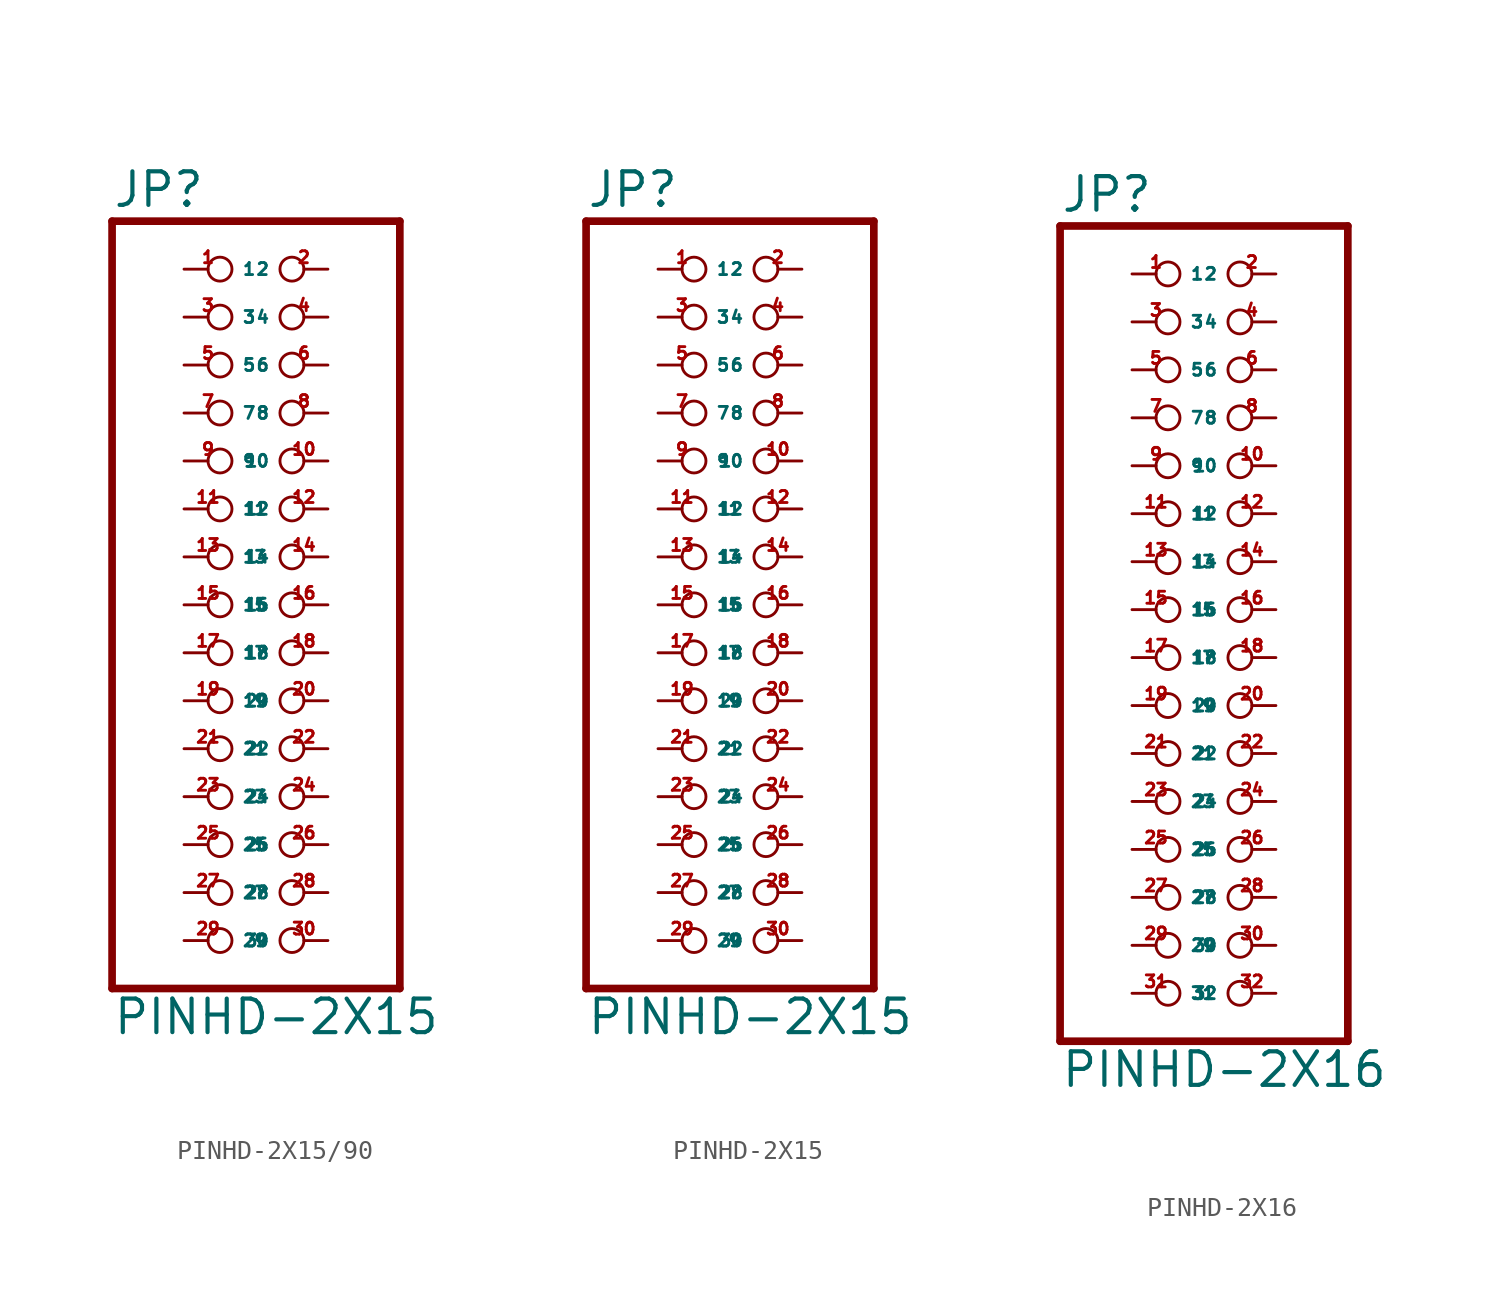
<source format=kicad_sym>
(kicad_symbol_lib
  (version 20220914)
  (generator Eagle2Kicad)
  (symbol "PINHD-2X15/90"
    (property "Reference" "JP"
      (at -6.35 20.955 0)
      (effects (font (size 1.778 1.778) (thickness 0.22)) (justify left bottom)))
    (property "Value" "PINHD-2X15"
      (at -6.35 -22.86 0)
      (effects (font (size 1.778 1.778) (thickness 0.22)) (justify left bottom)))
    (polyline
      (pts (xy -6.35 -20.32) (xy 8.89 -20.32))
      (stroke (width 0.406) (type default))
      (fill (type none)))
    (polyline
      (pts (xy 8.89 -20.32) (xy 8.89 20.32))
      (stroke (width 0.406) (type default))
      (fill (type none)))
    (polyline
      (pts (xy 8.89 20.32) (xy -6.35 20.32))
      (stroke (width 0.406) (type default))
      (fill (type none)))
    (polyline
      (pts (xy -6.35 20.32) (xy -6.35 -20.32))
      (stroke (width 0.406) (type default))
      (fill (type none)))
    (pin passive inverted
      (at -2.54 17.78 0)
      (length 2.54)
      (name "1" (effects (font (size 0.635 0.635) (thickness 0.08)) (justify left bottom)))
      (number "1" (effects (font (size 0.635 0.635) (thickness 0.08)) (justify left bottom))))
    (pin passive inverted
      (at 5.08 17.78 180)
      (length 2.54)
      (name "2" (effects (font (size 0.635 0.635) (thickness 0.08)) (justify left bottom)))
      (number "2" (effects (font (size 0.635 0.635) (thickness 0.08)) (justify left bottom))))
    (pin passive inverted
      (at -2.54 15.24 0)
      (length 2.54)
      (name "3" (effects (font (size 0.635 0.635) (thickness 0.08)) (justify left bottom)))
      (number "3" (effects (font (size 0.635 0.635) (thickness 0.08)) (justify left bottom))))
    (pin passive inverted
      (at 5.08 15.24 180)
      (length 2.54)
      (name "4" (effects (font (size 0.635 0.635) (thickness 0.08)) (justify left bottom)))
      (number "4" (effects (font (size 0.635 0.635) (thickness 0.08)) (justify left bottom))))
    (pin passive inverted
      (at -2.54 12.7 0)
      (length 2.54)
      (name "5" (effects (font (size 0.635 0.635) (thickness 0.08)) (justify left bottom)))
      (number "5" (effects (font (size 0.635 0.635) (thickness 0.08)) (justify left bottom))))
    (pin passive inverted
      (at 5.08 12.7 180)
      (length 2.54)
      (name "6" (effects (font (size 0.635 0.635) (thickness 0.08)) (justify left bottom)))
      (number "6" (effects (font (size 0.635 0.635) (thickness 0.08)) (justify left bottom))))
    (pin passive inverted
      (at -2.54 10.16 0)
      (length 2.54)
      (name "7" (effects (font (size 0.635 0.635) (thickness 0.08)) (justify left bottom)))
      (number "7" (effects (font (size 0.635 0.635) (thickness 0.08)) (justify left bottom))))
    (pin passive inverted
      (at 5.08 10.16 180)
      (length 2.54)
      (name "8" (effects (font (size 0.635 0.635) (thickness 0.08)) (justify left bottom)))
      (number "8" (effects (font (size 0.635 0.635) (thickness 0.08)) (justify left bottom))))
    (pin passive inverted
      (at -2.54 7.62 0)
      (length 2.54)
      (name "9" (effects (font (size 0.635 0.635) (thickness 0.08)) (justify left bottom)))
      (number "9" (effects (font (size 0.635 0.635) (thickness 0.08)) (justify left bottom))))
    (pin passive inverted
      (at 5.08 7.62 180)
      (length 2.54)
      (name "10" (effects (font (size 0.635 0.635) (thickness 0.08)) (justify left bottom)))
      (number "10" (effects (font (size 0.635 0.635) (thickness 0.08)) (justify left bottom))))
    (pin passive inverted
      (at -2.54 5.08 0)
      (length 2.54)
      (name "11" (effects (font (size 0.635 0.635) (thickness 0.08)) (justify left bottom)))
      (number "11" (effects (font (size 0.635 0.635) (thickness 0.08)) (justify left bottom))))
    (pin passive inverted
      (at 5.08 5.08 180)
      (length 2.54)
      (name "12" (effects (font (size 0.635 0.635) (thickness 0.08)) (justify left bottom)))
      (number "12" (effects (font (size 0.635 0.635) (thickness 0.08)) (justify left bottom))))
    (pin passive inverted
      (at -2.54 2.54 0)
      (length 2.54)
      (name "13" (effects (font (size 0.635 0.635) (thickness 0.08)) (justify left bottom)))
      (number "13" (effects (font (size 0.635 0.635) (thickness 0.08)) (justify left bottom))))
    (pin passive inverted
      (at 5.08 2.54 180)
      (length 2.54)
      (name "14" (effects (font (size 0.635 0.635) (thickness 0.08)) (justify left bottom)))
      (number "14" (effects (font (size 0.635 0.635) (thickness 0.08)) (justify left bottom))))
    (pin passive inverted
      (at -2.54 0 0)
      (length 2.54)
      (name "15" (effects (font (size 0.635 0.635) (thickness 0.08)) (justify left bottom)))
      (number "15" (effects (font (size 0.635 0.635) (thickness 0.08)) (justify left bottom))))
    (pin passive inverted
      (at 5.08 0 180)
      (length 2.54)
      (name "16" (effects (font (size 0.635 0.635) (thickness 0.08)) (justify left bottom)))
      (number "16" (effects (font (size 0.635 0.635) (thickness 0.08)) (justify left bottom))))
    (pin passive inverted
      (at -2.54 -2.54 0)
      (length 2.54)
      (name "17" (effects (font (size 0.635 0.635) (thickness 0.08)) (justify left bottom)))
      (number "17" (effects (font (size 0.635 0.635) (thickness 0.08)) (justify left bottom))))
    (pin passive inverted
      (at 5.08 -2.54 180)
      (length 2.54)
      (name "18" (effects (font (size 0.635 0.635) (thickness 0.08)) (justify left bottom)))
      (number "18" (effects (font (size 0.635 0.635) (thickness 0.08)) (justify left bottom))))
    (pin passive inverted
      (at -2.54 -5.08 0)
      (length 2.54)
      (name "19" (effects (font (size 0.635 0.635) (thickness 0.08)) (justify left bottom)))
      (number "19" (effects (font (size 0.635 0.635) (thickness 0.08)) (justify left bottom))))
    (pin passive inverted
      (at 5.08 -5.08 180)
      (length 2.54)
      (name "20" (effects (font (size 0.635 0.635) (thickness 0.08)) (justify left bottom)))
      (number "20" (effects (font (size 0.635 0.635) (thickness 0.08)) (justify left bottom))))
    (pin passive inverted
      (at -2.54 -7.62 0)
      (length 2.54)
      (name "21" (effects (font (size 0.635 0.635) (thickness 0.08)) (justify left bottom)))
      (number "21" (effects (font (size 0.635 0.635) (thickness 0.08)) (justify left bottom))))
    (pin passive inverted
      (at 5.08 -7.62 180)
      (length 2.54)
      (name "22" (effects (font (size 0.635 0.635) (thickness 0.08)) (justify left bottom)))
      (number "22" (effects (font (size 0.635 0.635) (thickness 0.08)) (justify left bottom))))
    (pin passive inverted
      (at -2.54 -10.16 0)
      (length 2.54)
      (name "23" (effects (font (size 0.635 0.635) (thickness 0.08)) (justify left bottom)))
      (number "23" (effects (font (size 0.635 0.635) (thickness 0.08)) (justify left bottom))))
    (pin passive inverted
      (at 5.08 -10.16 180)
      (length 2.54)
      (name "24" (effects (font (size 0.635 0.635) (thickness 0.08)) (justify left bottom)))
      (number "24" (effects (font (size 0.635 0.635) (thickness 0.08)) (justify left bottom))))
    (pin passive inverted
      (at -2.54 -12.7 0)
      (length 2.54)
      (name "25" (effects (font (size 0.635 0.635) (thickness 0.08)) (justify left bottom)))
      (number "25" (effects (font (size 0.635 0.635) (thickness 0.08)) (justify left bottom))))
    (pin passive inverted
      (at 5.08 -12.7 180)
      (length 2.54)
      (name "26" (effects (font (size 0.635 0.635) (thickness 0.08)) (justify left bottom)))
      (number "26" (effects (font (size 0.635 0.635) (thickness 0.08)) (justify left bottom))))
    (pin passive inverted
      (at -2.54 -15.24 0)
      (length 2.54)
      (name "27" (effects (font (size 0.635 0.635) (thickness 0.08)) (justify left bottom)))
      (number "27" (effects (font (size 0.635 0.635) (thickness 0.08)) (justify left bottom))))
    (pin passive inverted
      (at 5.08 -15.24 180)
      (length 2.54)
      (name "28" (effects (font (size 0.635 0.635) (thickness 0.08)) (justify left bottom)))
      (number "28" (effects (font (size 0.635 0.635) (thickness 0.08)) (justify left bottom))))
    (pin passive inverted
      (at -2.54 -17.78 0)
      (length 2.54)
      (name "29" (effects (font (size 0.635 0.635) (thickness 0.08)) (justify left bottom)))
      (number "29" (effects (font (size 0.635 0.635) (thickness 0.08)) (justify left bottom))))
    (pin passive inverted
      (at 5.08 -17.78 180)
      (length 2.54)
      (name "30" (effects (font (size 0.635 0.635) (thickness 0.08)) (justify left bottom)))
      (number "30" (effects (font (size 0.635 0.635) (thickness 0.08)) (justify left bottom)))))
  (symbol "PINHD-2X15"
    (property "Reference" "JP"
      (at -6.35 20.955 0)
      (effects (font (size 1.778 1.778) (thickness 0.22)) (justify left bottom)))
    (property "Value" "PINHD-2X15"
      (at -6.35 -22.86 0)
      (effects (font (size 1.778 1.778) (thickness 0.22)) (justify left bottom)))
    (polyline
      (pts (xy -6.35 -20.32) (xy 8.89 -20.32))
      (stroke (width 0.406) (type default))
      (fill (type none)))
    (polyline
      (pts (xy 8.89 -20.32) (xy 8.89 20.32))
      (stroke (width 0.406) (type default))
      (fill (type none)))
    (polyline
      (pts (xy 8.89 20.32) (xy -6.35 20.32))
      (stroke (width 0.406) (type default))
      (fill (type none)))
    (polyline
      (pts (xy -6.35 20.32) (xy -6.35 -20.32))
      (stroke (width 0.406) (type default))
      (fill (type none)))
    (pin passive inverted
      (at -2.54 17.78 0)
      (length 2.54)
      (name "1" (effects (font (size 0.635 0.635) (thickness 0.08)) (justify left bottom)))
      (number "1" (effects (font (size 0.635 0.635) (thickness 0.08)) (justify left bottom))))
    (pin passive inverted
      (at 5.08 17.78 180)
      (length 2.54)
      (name "2" (effects (font (size 0.635 0.635) (thickness 0.08)) (justify left bottom)))
      (number "2" (effects (font (size 0.635 0.635) (thickness 0.08)) (justify left bottom))))
    (pin passive inverted
      (at -2.54 15.24 0)
      (length 2.54)
      (name "3" (effects (font (size 0.635 0.635) (thickness 0.08)) (justify left bottom)))
      (number "3" (effects (font (size 0.635 0.635) (thickness 0.08)) (justify left bottom))))
    (pin passive inverted
      (at 5.08 15.24 180)
      (length 2.54)
      (name "4" (effects (font (size 0.635 0.635) (thickness 0.08)) (justify left bottom)))
      (number "4" (effects (font (size 0.635 0.635) (thickness 0.08)) (justify left bottom))))
    (pin passive inverted
      (at -2.54 12.7 0)
      (length 2.54)
      (name "5" (effects (font (size 0.635 0.635) (thickness 0.08)) (justify left bottom)))
      (number "5" (effects (font (size 0.635 0.635) (thickness 0.08)) (justify left bottom))))
    (pin passive inverted
      (at 5.08 12.7 180)
      (length 2.54)
      (name "6" (effects (font (size 0.635 0.635) (thickness 0.08)) (justify left bottom)))
      (number "6" (effects (font (size 0.635 0.635) (thickness 0.08)) (justify left bottom))))
    (pin passive inverted
      (at -2.54 10.16 0)
      (length 2.54)
      (name "7" (effects (font (size 0.635 0.635) (thickness 0.08)) (justify left bottom)))
      (number "7" (effects (font (size 0.635 0.635) (thickness 0.08)) (justify left bottom))))
    (pin passive inverted
      (at 5.08 10.16 180)
      (length 2.54)
      (name "8" (effects (font (size 0.635 0.635) (thickness 0.08)) (justify left bottom)))
      (number "8" (effects (font (size 0.635 0.635) (thickness 0.08)) (justify left bottom))))
    (pin passive inverted
      (at -2.54 7.62 0)
      (length 2.54)
      (name "9" (effects (font (size 0.635 0.635) (thickness 0.08)) (justify left bottom)))
      (number "9" (effects (font (size 0.635 0.635) (thickness 0.08)) (justify left bottom))))
    (pin passive inverted
      (at 5.08 7.62 180)
      (length 2.54)
      (name "10" (effects (font (size 0.635 0.635) (thickness 0.08)) (justify left bottom)))
      (number "10" (effects (font (size 0.635 0.635) (thickness 0.08)) (justify left bottom))))
    (pin passive inverted
      (at -2.54 5.08 0)
      (length 2.54)
      (name "11" (effects (font (size 0.635 0.635) (thickness 0.08)) (justify left bottom)))
      (number "11" (effects (font (size 0.635 0.635) (thickness 0.08)) (justify left bottom))))
    (pin passive inverted
      (at 5.08 5.08 180)
      (length 2.54)
      (name "12" (effects (font (size 0.635 0.635) (thickness 0.08)) (justify left bottom)))
      (number "12" (effects (font (size 0.635 0.635) (thickness 0.08)) (justify left bottom))))
    (pin passive inverted
      (at -2.54 2.54 0)
      (length 2.54)
      (name "13" (effects (font (size 0.635 0.635) (thickness 0.08)) (justify left bottom)))
      (number "13" (effects (font (size 0.635 0.635) (thickness 0.08)) (justify left bottom))))
    (pin passive inverted
      (at 5.08 2.54 180)
      (length 2.54)
      (name "14" (effects (font (size 0.635 0.635) (thickness 0.08)) (justify left bottom)))
      (number "14" (effects (font (size 0.635 0.635) (thickness 0.08)) (justify left bottom))))
    (pin passive inverted
      (at -2.54 0 0)
      (length 2.54)
      (name "15" (effects (font (size 0.635 0.635) (thickness 0.08)) (justify left bottom)))
      (number "15" (effects (font (size 0.635 0.635) (thickness 0.08)) (justify left bottom))))
    (pin passive inverted
      (at 5.08 0 180)
      (length 2.54)
      (name "16" (effects (font (size 0.635 0.635) (thickness 0.08)) (justify left bottom)))
      (number "16" (effects (font (size 0.635 0.635) (thickness 0.08)) (justify left bottom))))
    (pin passive inverted
      (at -2.54 -2.54 0)
      (length 2.54)
      (name "17" (effects (font (size 0.635 0.635) (thickness 0.08)) (justify left bottom)))
      (number "17" (effects (font (size 0.635 0.635) (thickness 0.08)) (justify left bottom))))
    (pin passive inverted
      (at 5.08 -2.54 180)
      (length 2.54)
      (name "18" (effects (font (size 0.635 0.635) (thickness 0.08)) (justify left bottom)))
      (number "18" (effects (font (size 0.635 0.635) (thickness 0.08)) (justify left bottom))))
    (pin passive inverted
      (at -2.54 -5.08 0)
      (length 2.54)
      (name "19" (effects (font (size 0.635 0.635) (thickness 0.08)) (justify left bottom)))
      (number "19" (effects (font (size 0.635 0.635) (thickness 0.08)) (justify left bottom))))
    (pin passive inverted
      (at 5.08 -5.08 180)
      (length 2.54)
      (name "20" (effects (font (size 0.635 0.635) (thickness 0.08)) (justify left bottom)))
      (number "20" (effects (font (size 0.635 0.635) (thickness 0.08)) (justify left bottom))))
    (pin passive inverted
      (at -2.54 -7.62 0)
      (length 2.54)
      (name "21" (effects (font (size 0.635 0.635) (thickness 0.08)) (justify left bottom)))
      (number "21" (effects (font (size 0.635 0.635) (thickness 0.08)) (justify left bottom))))
    (pin passive inverted
      (at 5.08 -7.62 180)
      (length 2.54)
      (name "22" (effects (font (size 0.635 0.635) (thickness 0.08)) (justify left bottom)))
      (number "22" (effects (font (size 0.635 0.635) (thickness 0.08)) (justify left bottom))))
    (pin passive inverted
      (at -2.54 -10.16 0)
      (length 2.54)
      (name "23" (effects (font (size 0.635 0.635) (thickness 0.08)) (justify left bottom)))
      (number "23" (effects (font (size 0.635 0.635) (thickness 0.08)) (justify left bottom))))
    (pin passive inverted
      (at 5.08 -10.16 180)
      (length 2.54)
      (name "24" (effects (font (size 0.635 0.635) (thickness 0.08)) (justify left bottom)))
      (number "24" (effects (font (size 0.635 0.635) (thickness 0.08)) (justify left bottom))))
    (pin passive inverted
      (at -2.54 -12.7 0)
      (length 2.54)
      (name "25" (effects (font (size 0.635 0.635) (thickness 0.08)) (justify left bottom)))
      (number "25" (effects (font (size 0.635 0.635) (thickness 0.08)) (justify left bottom))))
    (pin passive inverted
      (at 5.08 -12.7 180)
      (length 2.54)
      (name "26" (effects (font (size 0.635 0.635) (thickness 0.08)) (justify left bottom)))
      (number "26" (effects (font (size 0.635 0.635) (thickness 0.08)) (justify left bottom))))
    (pin passive inverted
      (at -2.54 -15.24 0)
      (length 2.54)
      (name "27" (effects (font (size 0.635 0.635) (thickness 0.08)) (justify left bottom)))
      (number "27" (effects (font (size 0.635 0.635) (thickness 0.08)) (justify left bottom))))
    (pin passive inverted
      (at 5.08 -15.24 180)
      (length 2.54)
      (name "28" (effects (font (size 0.635 0.635) (thickness 0.08)) (justify left bottom)))
      (number "28" (effects (font (size 0.635 0.635) (thickness 0.08)) (justify left bottom))))
    (pin passive inverted
      (at -2.54 -17.78 0)
      (length 2.54)
      (name "29" (effects (font (size 0.635 0.635) (thickness 0.08)) (justify left bottom)))
      (number "29" (effects (font (size 0.635 0.635) (thickness 0.08)) (justify left bottom))))
    (pin passive inverted
      (at 5.08 -17.78 180)
      (length 2.54)
      (name "30" (effects (font (size 0.635 0.635) (thickness 0.08)) (justify left bottom)))
      (number "30" (effects (font (size 0.635 0.635) (thickness 0.08)) (justify left bottom)))))
  (symbol "PINHD-2X16"
    (property "Reference" "JP"
      (at -6.35 20.955 0)
      (effects (font (size 1.778 1.778) (thickness 0.22)) (justify left bottom)))
    (property "Value" "PINHD-2X16"
      (at -6.35 -25.4 0)
      (effects (font (size 1.778 1.778) (thickness 0.22)) (justify left bottom)))
    (polyline
      (pts (xy -6.35 -22.86) (xy 8.89 -22.86))
      (stroke (width 0.406) (type default))
      (fill (type none)))
    (polyline
      (pts (xy 8.89 -22.86) (xy 8.89 20.32))
      (stroke (width 0.406) (type default))
      (fill (type none)))
    (polyline
      (pts (xy 8.89 20.32) (xy -6.35 20.32))
      (stroke (width 0.406) (type default))
      (fill (type none)))
    (polyline
      (pts (xy -6.35 20.32) (xy -6.35 -22.86))
      (stroke (width 0.406) (type default))
      (fill (type none)))
    (pin passive inverted
      (at -2.54 17.78 0)
      (length 2.54)
      (name "1" (effects (font (size 0.635 0.635) (thickness 0.08)) (justify left bottom)))
      (number "1" (effects (font (size 0.635 0.635) (thickness 0.08)) (justify left bottom))))
    (pin passive inverted
      (at 5.08 17.78 180)
      (length 2.54)
      (name "2" (effects (font (size 0.635 0.635) (thickness 0.08)) (justify left bottom)))
      (number "2" (effects (font (size 0.635 0.635) (thickness 0.08)) (justify left bottom))))
    (pin passive inverted
      (at -2.54 15.24 0)
      (length 2.54)
      (name "3" (effects (font (size 0.635 0.635) (thickness 0.08)) (justify left bottom)))
      (number "3" (effects (font (size 0.635 0.635) (thickness 0.08)) (justify left bottom))))
    (pin passive inverted
      (at 5.08 15.24 180)
      (length 2.54)
      (name "4" (effects (font (size 0.635 0.635) (thickness 0.08)) (justify left bottom)))
      (number "4" (effects (font (size 0.635 0.635) (thickness 0.08)) (justify left bottom))))
    (pin passive inverted
      (at -2.54 12.7 0)
      (length 2.54)
      (name "5" (effects (font (size 0.635 0.635) (thickness 0.08)) (justify left bottom)))
      (number "5" (effects (font (size 0.635 0.635) (thickness 0.08)) (justify left bottom))))
    (pin passive inverted
      (at 5.08 12.7 180)
      (length 2.54)
      (name "6" (effects (font (size 0.635 0.635) (thickness 0.08)) (justify left bottom)))
      (number "6" (effects (font (size 0.635 0.635) (thickness 0.08)) (justify left bottom))))
    (pin passive inverted
      (at -2.54 10.16 0)
      (length 2.54)
      (name "7" (effects (font (size 0.635 0.635) (thickness 0.08)) (justify left bottom)))
      (number "7" (effects (font (size 0.635 0.635) (thickness 0.08)) (justify left bottom))))
    (pin passive inverted
      (at 5.08 10.16 180)
      (length 2.54)
      (name "8" (effects (font (size 0.635 0.635) (thickness 0.08)) (justify left bottom)))
      (number "8" (effects (font (size 0.635 0.635) (thickness 0.08)) (justify left bottom))))
    (pin passive inverted
      (at -2.54 7.62 0)
      (length 2.54)
      (name "9" (effects (font (size 0.635 0.635) (thickness 0.08)) (justify left bottom)))
      (number "9" (effects (font (size 0.635 0.635) (thickness 0.08)) (justify left bottom))))
    (pin passive inverted
      (at 5.08 7.62 180)
      (length 2.54)
      (name "10" (effects (font (size 0.635 0.635) (thickness 0.08)) (justify left bottom)))
      (number "10" (effects (font (size 0.635 0.635) (thickness 0.08)) (justify left bottom))))
    (pin passive inverted
      (at -2.54 5.08 0)
      (length 2.54)
      (name "11" (effects (font (size 0.635 0.635) (thickness 0.08)) (justify left bottom)))
      (number "11" (effects (font (size 0.635 0.635) (thickness 0.08)) (justify left bottom))))
    (pin passive inverted
      (at 5.08 5.08 180)
      (length 2.54)
      (name "12" (effects (font (size 0.635 0.635) (thickness 0.08)) (justify left bottom)))
      (number "12" (effects (font (size 0.635 0.635) (thickness 0.08)) (justify left bottom))))
    (pin passive inverted
      (at -2.54 2.54 0)
      (length 2.54)
      (name "13" (effects (font (size 0.635 0.635) (thickness 0.08)) (justify left bottom)))
      (number "13" (effects (font (size 0.635 0.635) (thickness 0.08)) (justify left bottom))))
    (pin passive inverted
      (at 5.08 2.54 180)
      (length 2.54)
      (name "14" (effects (font (size 0.635 0.635) (thickness 0.08)) (justify left bottom)))
      (number "14" (effects (font (size 0.635 0.635) (thickness 0.08)) (justify left bottom))))
    (pin passive inverted
      (at -2.54 0 0)
      (length 2.54)
      (name "15" (effects (font (size 0.635 0.635) (thickness 0.08)) (justify left bottom)))
      (number "15" (effects (font (size 0.635 0.635) (thickness 0.08)) (justify left bottom))))
    (pin passive inverted
      (at 5.08 0 180)
      (length 2.54)
      (name "16" (effects (font (size 0.635 0.635) (thickness 0.08)) (justify left bottom)))
      (number "16" (effects (font (size 0.635 0.635) (thickness 0.08)) (justify left bottom))))
    (pin passive inverted
      (at -2.54 -2.54 0)
      (length 2.54)
      (name "17" (effects (font (size 0.635 0.635) (thickness 0.08)) (justify left bottom)))
      (number "17" (effects (font (size 0.635 0.635) (thickness 0.08)) (justify left bottom))))
    (pin passive inverted
      (at 5.08 -2.54 180)
      (length 2.54)
      (name "18" (effects (font (size 0.635 0.635) (thickness 0.08)) (justify left bottom)))
      (number "18" (effects (font (size 0.635 0.635) (thickness 0.08)) (justify left bottom))))
    (pin passive inverted
      (at -2.54 -5.08 0)
      (length 2.54)
      (name "19" (effects (font (size 0.635 0.635) (thickness 0.08)) (justify left bottom)))
      (number "19" (effects (font (size 0.635 0.635) (thickness 0.08)) (justify left bottom))))
    (pin passive inverted
      (at 5.08 -5.08 180)
      (length 2.54)
      (name "20" (effects (font (size 0.635 0.635) (thickness 0.08)) (justify left bottom)))
      (number "20" (effects (font (size 0.635 0.635) (thickness 0.08)) (justify left bottom))))
    (pin passive inverted
      (at -2.54 -7.62 0)
      (length 2.54)
      (name "21" (effects (font (size 0.635 0.635) (thickness 0.08)) (justify left bottom)))
      (number "21" (effects (font (size 0.635 0.635) (thickness 0.08)) (justify left bottom))))
    (pin passive inverted
      (at 5.08 -7.62 180)
      (length 2.54)
      (name "22" (effects (font (size 0.635 0.635) (thickness 0.08)) (justify left bottom)))
      (number "22" (effects (font (size 0.635 0.635) (thickness 0.08)) (justify left bottom))))
    (pin passive inverted
      (at -2.54 -10.16 0)
      (length 2.54)
      (name "23" (effects (font (size 0.635 0.635) (thickness 0.08)) (justify left bottom)))
      (number "23" (effects (font (size 0.635 0.635) (thickness 0.08)) (justify left bottom))))
    (pin passive inverted
      (at 5.08 -10.16 180)
      (length 2.54)
      (name "24" (effects (font (size 0.635 0.635) (thickness 0.08)) (justify left bottom)))
      (number "24" (effects (font (size 0.635 0.635) (thickness 0.08)) (justify left bottom))))
    (pin passive inverted
      (at -2.54 -12.7 0)
      (length 2.54)
      (name "25" (effects (font (size 0.635 0.635) (thickness 0.08)) (justify left bottom)))
      (number "25" (effects (font (size 0.635 0.635) (thickness 0.08)) (justify left bottom))))
    (pin passive inverted
      (at 5.08 -12.7 180)
      (length 2.54)
      (name "26" (effects (font (size 0.635 0.635) (thickness 0.08)) (justify left bottom)))
      (number "26" (effects (font (size 0.635 0.635) (thickness 0.08)) (justify left bottom))))
    (pin passive inverted
      (at -2.54 -15.24 0)
      (length 2.54)
      (name "27" (effects (font (size 0.635 0.635) (thickness 0.08)) (justify left bottom)))
      (number "27" (effects (font (size 0.635 0.635) (thickness 0.08)) (justify left bottom))))
    (pin passive inverted
      (at 5.08 -15.24 180)
      (length 2.54)
      (name "28" (effects (font (size 0.635 0.635) (thickness 0.08)) (justify left bottom)))
      (number "28" (effects (font (size 0.635 0.635) (thickness 0.08)) (justify left bottom))))
    (pin passive inverted
      (at -2.54 -17.78 0)
      (length 2.54)
      (name "29" (effects (font (size 0.635 0.635) (thickness 0.08)) (justify left bottom)))
      (number "29" (effects (font (size 0.635 0.635) (thickness 0.08)) (justify left bottom))))
    (pin passive inverted
      (at 5.08 -17.78 180)
      (length 2.54)
      (name "30" (effects (font (size 0.635 0.635) (thickness 0.08)) (justify left bottom)))
      (number "30" (effects (font (size 0.635 0.635) (thickness 0.08)) (justify left bottom))))
    (pin passive inverted
      (at -2.54 -20.32 0)
      (length 2.54)
      (name "31" (effects (font (size 0.635 0.635) (thickness 0.08)) (justify left bottom)))
      (number "31" (effects (font (size 0.635 0.635) (thickness 0.08)) (justify left bottom))))
    (pin passive inverted
      (at 5.08 -20.32 180)
      (length 2.54)
      (name "32" (effects (font (size 0.635 0.635) (thickness 0.08)) (justify left bottom)))
      (number "32" (effects (font (size 0.635 0.635) (thickness 0.08)) (justify left bottom))))))
</source>
